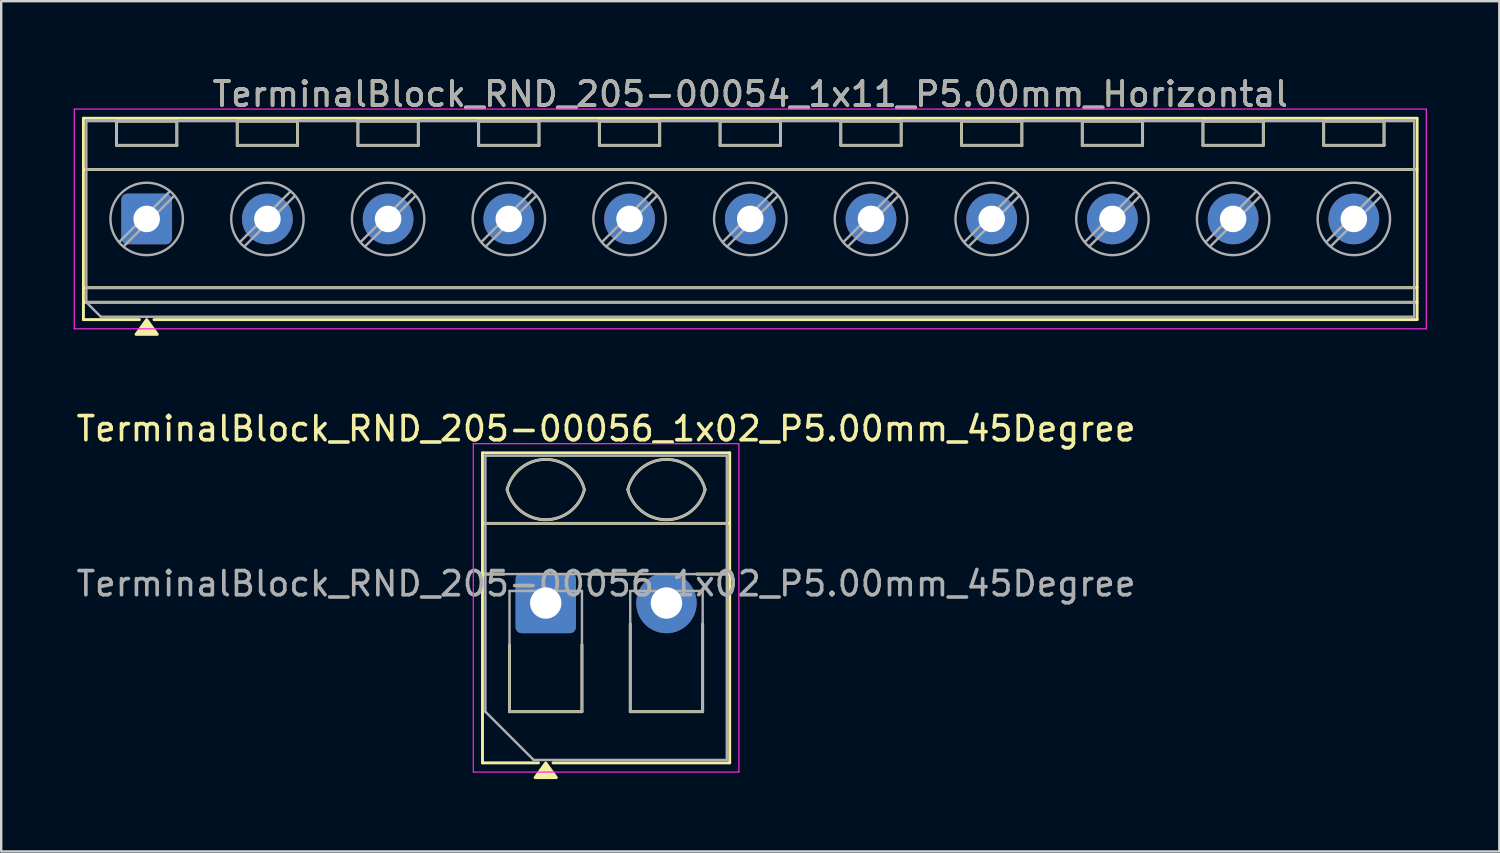
<source format=kicad_pcb>
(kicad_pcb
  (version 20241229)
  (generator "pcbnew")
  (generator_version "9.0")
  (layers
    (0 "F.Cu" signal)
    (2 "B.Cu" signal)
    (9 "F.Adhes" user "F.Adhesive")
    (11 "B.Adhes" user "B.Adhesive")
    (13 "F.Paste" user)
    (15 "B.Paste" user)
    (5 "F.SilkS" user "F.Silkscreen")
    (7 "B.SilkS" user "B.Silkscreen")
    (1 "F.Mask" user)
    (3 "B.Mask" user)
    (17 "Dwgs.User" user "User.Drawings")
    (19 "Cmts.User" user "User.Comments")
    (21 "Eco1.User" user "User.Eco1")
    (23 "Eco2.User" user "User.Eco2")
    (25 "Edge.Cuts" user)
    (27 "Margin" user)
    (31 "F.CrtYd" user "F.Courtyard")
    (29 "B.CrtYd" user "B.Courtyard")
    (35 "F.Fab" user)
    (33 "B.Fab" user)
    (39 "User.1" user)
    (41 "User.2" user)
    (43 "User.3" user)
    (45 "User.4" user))
  (footprint "TerminalBlock_RND_205-00056_1x02_P5.00mm_45Degree"
    (layer "F.Cu")
    (at 19.554 21.927)
    (property "Reference" "TerminalBlock_RND_205-00056_1x02_P5.00mm_45Degree" (at 2.5 -7.22 0) (layer "F.SilkS") (effects (font (size 1 1) (thickness 0.15))))
    (attr through_hole)
    (fp_line (start -2.62 -6.22) (end -2.62 6.62) (stroke (width 0.12) (type solid)) (layer "F.SilkS"))
    (fp_line (start -2.62 -6.22) (end 7.62 -6.22) (stroke (width 0.12) (type solid)) (layer "F.SilkS"))
    (fp_line (start -2.62 -3.3) (end 7.62 -3.3) (stroke (width 0.12) (type solid)) (layer "F.SilkS"))
    (fp_line (start -2.62 -1.2) (end -1.73 -1.2) (stroke (width 0.12) (type solid)) (layer "F.SilkS"))
    (fp_line (start -2.62 6.62) (end -0.3 6.62) (stroke (width 0.12) (type solid)) (layer "F.SilkS"))
    (fp_line (start -1.5 1.73) (end -1.5 4.5) (stroke (width 0.12) (type solid)) (layer "F.SilkS"))
    (fp_line (start -1.5 4.5) (end 1.5 4.5) (stroke (width 0.12) (type solid)) (layer "F.SilkS"))
    (fp_line (start 0.3 6.62) (end 7.62 6.62) (stroke (width 0.12) (type solid)) (layer "F.SilkS"))
    (fp_line (start 1.5 1.73) (end 1.5 4.5) (stroke (width 0.12) (type solid)) (layer "F.SilkS"))
    (fp_line (start 1.73 -1.2) (end 3.754 -1.2) (stroke (width 0.12) (type solid)) (layer "F.SilkS"))
    (fp_line (start 3.5 0.862) (end 3.5 4.5) (stroke (width 0.12) (type solid)) (layer "F.SilkS"))
    (fp_line (start 3.5 4.5) (end 6.5 4.5) (stroke (width 0.12) (type solid)) (layer "F.SilkS"))
    (fp_line (start 6.246 -1.2) (end 7.62 -1.2) (stroke (width 0.12) (type solid)) (layer "F.SilkS"))
    (fp_line (start 6.5 0.862) (end 6.5 4.5) (stroke (width 0.12) (type solid)) (layer "F.SilkS"))
    (fp_line (start 7.62 -6.22) (end 7.62 6.62) (stroke (width 0.12) (type solid)) (layer "F.SilkS"))
    (fp_arc (start -1.6 -4.7) (mid 0 -5.95) (end 1.6 -4.7) (stroke (width 0.12) (type solid)) (layer "F.SilkS"))
    (fp_arc (start 1.6 -4.7) (mid 0 -3.45) (end -1.6 -4.7) (stroke (width 0.12) (type solid)) (layer "F.SilkS"))
    (fp_arc (start 3.4 -4.7) (mid 5 -5.95) (end 6.6 -4.7) (stroke (width 0.12) (type solid)) (layer "F.SilkS"))
    (fp_arc (start 6.6 -4.7) (mid 5 -3.45) (end 3.4 -4.7) (stroke (width 0.12) (type solid)) (layer "F.SilkS"))
    (fp_poly (pts (xy 0 6.62) (xy 0.44 7.23) (xy -0.44 7.23)) (stroke (width 0.12) (type solid)) (fill yes) (layer "F.SilkS"))
    (fp_line (start -3 -6.6) (end -3 7) (stroke (width 0.05) (type solid)) (layer "F.CrtYd"))
    (fp_line (start -3 7) (end 8 7) (stroke (width 0.05) (type solid)) (layer "F.CrtYd"))
    (fp_line (start 8 -6.6) (end -3 -6.6) (stroke (width 0.05) (type solid)) (layer "F.CrtYd"))
    (fp_line (start 8 7) (end 8 -6.6) (stroke (width 0.05) (type solid)) (layer "F.CrtYd"))
    (fp_line (start -2.5 -6.1) (end 7.5 -6.1) (stroke (width 0.1) (type solid)) (layer "F.Fab"))
    (fp_line (start -2.5 -3.3) (end 7.5 -3.3) (stroke (width 0.1) (type solid)) (layer "F.Fab"))
    (fp_line (start -2.5 -1.2) (end 7.5 -1.2) (stroke (width 0.1) (type solid)) (layer "F.Fab"))
    (fp_line (start -2.5 4.5) (end -2.5 -6.1) (stroke (width 0.1) (type solid)) (layer "F.Fab"))
    (fp_line (start -1.5 -0.5) (end -1.5 4.5) (stroke (width 0.1) (type solid)) (layer "F.Fab"))
    (fp_line (start -1.5 4.5) (end 1.5 4.5) (stroke (width 0.1) (type solid)) (layer "F.Fab"))
    (fp_line (start -0.5 6.5) (end -2.5 4.5) (stroke (width 0.1) (type solid)) (layer "F.Fab"))
    (fp_line (start 1.5 -0.5) (end -1.5 -0.5) (stroke (width 0.1) (type solid)) (layer "F.Fab"))
    (fp_line (start 1.5 4.5) (end 1.5 -0.5) (stroke (width 0.1) (type solid)) (layer "F.Fab"))
    (fp_line (start 3.5 -0.5) (end 3.5 4.5) (stroke (width 0.1) (type solid)) (layer "F.Fab"))
    (fp_line (start 3.5 4.5) (end 6.5 4.5) (stroke (width 0.1) (type solid)) (layer "F.Fab"))
    (fp_line (start 6.5 -0.5) (end 3.5 -0.5) (stroke (width 0.1) (type solid)) (layer "F.Fab"))
    (fp_line (start 6.5 4.5) (end 6.5 -0.5) (stroke (width 0.1) (type solid)) (layer "F.Fab"))
    (fp_line (start 7.5 -6.1) (end 7.5 6.5) (stroke (width 0.1) (type solid)) (layer "F.Fab"))
    (fp_line (start 7.5 6.5) (end -0.5 6.5) (stroke (width 0.1) (type solid)) (layer "F.Fab"))
    (fp_arc (start -1.6 -4.7) (mid 0 -5.95) (end 1.6 -4.7) (stroke (width 0.1) (type solid)) (layer "F.Fab"))
    (fp_arc (start 1.6 -4.7) (mid 0 -3.45) (end -1.6 -4.7) (stroke (width 0.1) (type solid)) (layer "F.Fab"))
    (fp_arc (start 3.4 -4.7) (mid 5 -5.95) (end 6.6 -4.7) (stroke (width 0.1) (type solid)) (layer "F.Fab"))
    (fp_arc (start 6.6 -4.7) (mid 5 -3.45) (end 3.4 -4.7) (stroke (width 0.1) (type solid)) (layer "F.Fab"))
    (fp_text user "${REFERENCE}" (at 2.5 -0.8 0) (layer "F.Fab") (effects (font (size 1 1) (thickness 0.15))))
    (pad "1" thru_hole roundrect (at 0 0) (size 2.5 2.5) (drill 1.3) (layers "*.Cu" "*.Mask") (roundrect_rratio 0.1))
    (pad "2" thru_hole circle (at 5 0) (size 2.5 2.5) (drill 1.3) (layers "*.Cu" "*.Mask")))
  (footprint "TerminalBlock_RND_205-00054_1x11_P5.00mm_Horizontal"
    (layer "F.Cu")
    (at 3.025 6.018)
    (property "Reference" "TerminalBlock_RND_205-00054_1x11_P5.00mm_Horizontal" (at 25 -5.17 0) (layer "F.SilkS") (effects (font (size 1 1) (thickness 0.15))))
    (attr through_hole)
    (fp_line (start -2.62 -4.17) (end -2.62 4.17) (stroke (width 0.12) (type solid)) (layer "F.SilkS"))
    (fp_line (start -2.62 -4.17) (end 52.62 -4.17) (stroke (width 0.12) (type solid)) (layer "F.SilkS"))
    (fp_line (start -2.62 -2.05) (end 52.62 -2.05) (stroke (width 0.12) (type solid)) (layer "F.SilkS"))
    (fp_line (start -2.62 2.85) (end 52.62 2.85) (stroke (width 0.12) (type solid)) (layer "F.SilkS"))
    (fp_line (start -2.62 3.45) (end 52.62 3.45) (stroke (width 0.12) (type solid)) (layer "F.SilkS"))
    (fp_line (start -2.62 4.17) (end -0.3 4.17) (stroke (width 0.12) (type solid)) (layer "F.SilkS"))
    (fp_line (start -1.25 -4.05) (end -1.25 -3.05) (stroke (width 0.12) (type solid)) (layer "F.SilkS"))
    (fp_line (start -1.25 -4.05) (end 1.25 -4.05) (stroke (width 0.12) (type solid)) (layer "F.SilkS"))
    (fp_line (start -1.25 -3.05) (end 1.25 -3.05) (stroke (width 0.12) (type solid)) (layer "F.SilkS"))
    (fp_line (start 0.3 4.17) (end 52.62 4.17) (stroke (width 0.12) (type solid)) (layer "F.SilkS"))
    (fp_line (start 1.25 -4.05) (end 1.25 -3.05) (stroke (width 0.12) (type solid)) (layer "F.SilkS"))
    (fp_line (start 3.75 -4.05) (end 3.75 -3.05) (stroke (width 0.12) (type solid)) (layer "F.SilkS"))
    (fp_line (start 3.75 -4.05) (end 6.25 -4.05) (stroke (width 0.12) (type solid)) (layer "F.SilkS"))
    (fp_line (start 3.75 -3.05) (end 6.25 -3.05) (stroke (width 0.12) (type solid)) (layer "F.SilkS"))
    (fp_line (start 6.25 -4.05) (end 6.25 -3.05) (stroke (width 0.12) (type solid)) (layer "F.SilkS"))
    (fp_line (start 8.75 -4.05) (end 8.75 -3.05) (stroke (width 0.12) (type solid)) (layer "F.SilkS"))
    (fp_line (start 8.75 -4.05) (end 11.25 -4.05) (stroke (width 0.12) (type solid)) (layer "F.SilkS"))
    (fp_line (start 8.75 -3.05) (end 11.25 -3.05) (stroke (width 0.12) (type solid)) (layer "F.SilkS"))
    (fp_line (start 11.25 -4.05) (end 11.25 -3.05) (stroke (width 0.12) (type solid)) (layer "F.SilkS"))
    (fp_line (start 13.75 -4.05) (end 13.75 -3.05) (stroke (width 0.12) (type solid)) (layer "F.SilkS"))
    (fp_line (start 13.75 -4.05) (end 16.25 -4.05) (stroke (width 0.12) (type solid)) (layer "F.SilkS"))
    (fp_line (start 13.75 -3.05) (end 16.25 -3.05) (stroke (width 0.12) (type solid)) (layer "F.SilkS"))
    (fp_line (start 16.25 -4.05) (end 16.25 -3.05) (stroke (width 0.12) (type solid)) (layer "F.SilkS"))
    (fp_line (start 18.75 -4.05) (end 18.75 -3.05) (stroke (width 0.12) (type solid)) (layer "F.SilkS"))
    (fp_line (start 18.75 -4.05) (end 21.25 -4.05) (stroke (width 0.12) (type solid)) (layer "F.SilkS"))
    (fp_line (start 18.75 -3.05) (end 21.25 -3.05) (stroke (width 0.12) (type solid)) (layer "F.SilkS"))
    (fp_line (start 21.25 -4.05) (end 21.25 -3.05) (stroke (width 0.12) (type solid)) (layer "F.SilkS"))
    (fp_line (start 23.75 -4.05) (end 23.75 -3.05) (stroke (width 0.12) (type solid)) (layer "F.SilkS"))
    (fp_line (start 23.75 -4.05) (end 26.25 -4.05) (stroke (width 0.12) (type solid)) (layer "F.SilkS"))
    (fp_line (start 23.75 -3.05) (end 26.25 -3.05) (stroke (width 0.12) (type solid)) (layer "F.SilkS"))
    (fp_line (start 26.25 -4.05) (end 26.25 -3.05) (stroke (width 0.12) (type solid)) (layer "F.SilkS"))
    (fp_line (start 28.75 -4.05) (end 28.75 -3.05) (stroke (width 0.12) (type solid)) (layer "F.SilkS"))
    (fp_line (start 28.75 -4.05) (end 31.25 -4.05) (stroke (width 0.12) (type solid)) (layer "F.SilkS"))
    (fp_line (start 28.75 -3.05) (end 31.25 -3.05) (stroke (width 0.12) (type solid)) (layer "F.SilkS"))
    (fp_line (start 31.25 -4.05) (end 31.25 -3.05) (stroke (width 0.12) (type solid)) (layer "F.SilkS"))
    (fp_line (start 33.75 -4.05) (end 33.75 -3.05) (stroke (width 0.12) (type solid)) (layer "F.SilkS"))
    (fp_line (start 33.75 -4.05) (end 36.25 -4.05) (stroke (width 0.12) (type solid)) (layer "F.SilkS"))
    (fp_line (start 33.75 -3.05) (end 36.25 -3.05) (stroke (width 0.12) (type solid)) (layer "F.SilkS"))
    (fp_line (start 36.25 -4.05) (end 36.25 -3.05) (stroke (width 0.12) (type solid)) (layer "F.SilkS"))
    (fp_line (start 38.75 -4.05) (end 38.75 -3.05) (stroke (width 0.12) (type solid)) (layer "F.SilkS"))
    (fp_line (start 38.75 -4.05) (end 41.25 -4.05) (stroke (width 0.12) (type solid)) (layer "F.SilkS"))
    (fp_line (start 38.75 -3.05) (end 41.25 -3.05) (stroke (width 0.12) (type solid)) (layer "F.SilkS"))
    (fp_line (start 41.25 -4.05) (end 41.25 -3.05) (stroke (width 0.12) (type solid)) (layer "F.SilkS"))
    (fp_line (start 43.75 -4.05) (end 43.75 -3.05) (stroke (width 0.12) (type solid)) (layer "F.SilkS"))
    (fp_line (start 43.75 -4.05) (end 46.25 -4.05) (stroke (width 0.12) (type solid)) (layer "F.SilkS"))
    (fp_line (start 43.75 -3.05) (end 46.25 -3.05) (stroke (width 0.12) (type solid)) (layer "F.SilkS"))
    (fp_line (start 46.25 -4.05) (end 46.25 -3.05) (stroke (width 0.12) (type solid)) (layer "F.SilkS"))
    (fp_line (start 48.75 -4.05) (end 48.75 -3.05) (stroke (width 0.12) (type solid)) (layer "F.SilkS"))
    (fp_line (start 48.75 -4.05) (end 51.25 -4.05) (stroke (width 0.12) (type solid)) (layer "F.SilkS"))
    (fp_line (start 48.75 -3.05) (end 51.25 -3.05) (stroke (width 0.12) (type solid)) (layer "F.SilkS"))
    (fp_line (start 51.25 -4.05) (end 51.25 -3.05) (stroke (width 0.12) (type solid)) (layer "F.SilkS"))
    (fp_line (start 52.62 -4.17) (end 52.62 4.17) (stroke (width 0.12) (type solid)) (layer "F.SilkS"))
    (fp_poly (pts (xy 0 4.17) (xy 0.44 4.78) (xy -0.44 4.78)) (stroke (width 0.12) (type solid)) (fill yes) (layer "F.SilkS"))
    (fp_line (start -3 -4.55) (end -3 4.55) (stroke (width 0.05) (type solid)) (layer "F.CrtYd"))
    (fp_line (start -3 4.55) (end 53 4.55) (stroke (width 0.05) (type solid)) (layer "F.CrtYd"))
    (fp_line (start 53 -4.55) (end -3 -4.55) (stroke (width 0.05) (type solid)) (layer "F.CrtYd"))
    (fp_line (start 53 4.55) (end 53 -4.55) (stroke (width 0.05) (type solid)) (layer "F.CrtYd"))
    (fp_line (start -2.5 -4.05) (end 52.5 -4.05) (stroke (width 0.1) (type solid)) (layer "F.Fab"))
    (fp_line (start -2.5 -2.05) (end 52.5 -2.05) (stroke (width 0.1) (type solid)) (layer "F.Fab"))
    (fp_line (start -2.5 2.85) (end 52.5 2.85) (stroke (width 0.1) (type solid)) (layer "F.Fab"))
    (fp_line (start -2.5 3.45) (end -2.5 -4.05) (stroke (width 0.1) (type solid)) (layer "F.Fab"))
    (fp_line (start -2.5 3.45) (end 52.5 3.45) (stroke (width 0.1) (type solid)) (layer "F.Fab"))
    (fp_line (start -1.9 4.05) (end -2.5 3.45) (stroke (width 0.1) (type solid)) (layer "F.Fab"))
    (fp_line (start -1.25 -4.05) (end -1.25 -3.05) (stroke (width 0.1) (type solid)) (layer "F.Fab"))
    (fp_line (start -1.25 -3.05) (end 1.25 -3.05) (stroke (width 0.1) (type solid)) (layer "F.Fab"))
    (fp_line (start 0.955 -1.138) (end -1.138 0.955) (stroke (width 0.1) (type solid)) (layer "F.Fab"))
    (fp_line (start 1.138 -0.955) (end -0.955 1.138) (stroke (width 0.1) (type solid)) (layer "F.Fab"))
    (fp_line (start 1.25 -4.05) (end -1.25 -4.05) (stroke (width 0.1) (type solid)) (layer "F.Fab"))
    (fp_line (start 1.25 -3.05) (end 1.25 -4.05) (stroke (width 0.1) (type solid)) (layer "F.Fab"))
    (fp_line (start 3.75 -4.05) (end 3.75 -3.05) (stroke (width 0.1) (type solid)) (layer "F.Fab"))
    (fp_line (start 3.75 -3.05) (end 6.25 -3.05) (stroke (width 0.1) (type solid)) (layer "F.Fab"))
    (fp_line (start 5.955 -1.138) (end 3.862 0.955) (stroke (width 0.1) (type solid)) (layer "F.Fab"))
    (fp_line (start 6.138 -0.955) (end 4.045 1.138) (stroke (width 0.1) (type solid)) (layer "F.Fab"))
    (fp_line (start 6.25 -4.05) (end 3.75 -4.05) (stroke (width 0.1) (type solid)) (layer "F.Fab"))
    (fp_line (start 6.25 -3.05) (end 6.25 -4.05) (stroke (width 0.1) (type solid)) (layer "F.Fab"))
    (fp_line (start 8.75 -4.05) (end 8.75 -3.05) (stroke (width 0.1) (type solid)) (layer "F.Fab"))
    (fp_line (start 8.75 -3.05) (end 11.25 -3.05) (stroke (width 0.1) (type solid)) (layer "F.Fab"))
    (fp_line (start 10.955 -1.138) (end 8.862 0.955) (stroke (width 0.1) (type solid)) (layer "F.Fab"))
    (fp_line (start 11.138 -0.955) (end 9.045 1.138) (stroke (width 0.1) (type solid)) (layer "F.Fab"))
    (fp_line (start 11.25 -4.05) (end 8.75 -4.05) (stroke (width 0.1) (type solid)) (layer "F.Fab"))
    (fp_line (start 11.25 -3.05) (end 11.25 -4.05) (stroke (width 0.1) (type solid)) (layer "F.Fab"))
    (fp_line (start 13.75 -4.05) (end 13.75 -3.05) (stroke (width 0.1) (type solid)) (layer "F.Fab"))
    (fp_line (start 13.75 -3.05) (end 16.25 -3.05) (stroke (width 0.1) (type solid)) (layer "F.Fab"))
    (fp_line (start 15.955 -1.138) (end 13.862 0.955) (stroke (width 0.1) (type solid)) (layer "F.Fab"))
    (fp_line (start 16.138 -0.955) (end 14.045 1.138) (stroke (width 0.1) (type solid)) (layer "F.Fab"))
    (fp_line (start 16.25 -4.05) (end 13.75 -4.05) (stroke (width 0.1) (type solid)) (layer "F.Fab"))
    (fp_line (start 16.25 -3.05) (end 16.25 -4.05) (stroke (width 0.1) (type solid)) (layer "F.Fab"))
    (fp_line (start 18.75 -4.05) (end 18.75 -3.05) (stroke (width 0.1) (type solid)) (layer "F.Fab"))
    (fp_line (start 18.75 -3.05) (end 21.25 -3.05) (stroke (width 0.1) (type solid)) (layer "F.Fab"))
    (fp_line (start 20.955 -1.138) (end 18.862 0.955) (stroke (width 0.1) (type solid)) (layer "F.Fab"))
    (fp_line (start 21.138 -0.955) (end 19.045 1.138) (stroke (width 0.1) (type solid)) (layer "F.Fab"))
    (fp_line (start 21.25 -4.05) (end 18.75 -4.05) (stroke (width 0.1) (type solid)) (layer "F.Fab"))
    (fp_line (start 21.25 -3.05) (end 21.25 -4.05) (stroke (width 0.1) (type solid)) (layer "F.Fab"))
    (fp_line (start 23.75 -4.05) (end 23.75 -3.05) (stroke (width 0.1) (type solid)) (layer "F.Fab"))
    (fp_line (start 23.75 -3.05) (end 26.25 -3.05) (stroke (width 0.1) (type solid)) (layer "F.Fab"))
    (fp_line (start 25.955 -1.138) (end 23.862 0.955) (stroke (width 0.1) (type solid)) (layer "F.Fab"))
    (fp_line (start 26.138 -0.955) (end 24.045 1.138) (stroke (width 0.1) (type solid)) (layer "F.Fab"))
    (fp_line (start 26.25 -4.05) (end 23.75 -4.05) (stroke (width 0.1) (type solid)) (layer "F.Fab"))
    (fp_line (start 26.25 -3.05) (end 26.25 -4.05) (stroke (width 0.1) (type solid)) (layer "F.Fab"))
    (fp_line (start 28.75 -4.05) (end 28.75 -3.05) (stroke (width 0.1) (type solid)) (layer "F.Fab"))
    (fp_line (start 28.75 -3.05) (end 31.25 -3.05) (stroke (width 0.1) (type solid)) (layer "F.Fab"))
    (fp_line (start 30.955 -1.138) (end 28.862 0.955) (stroke (width 0.1) (type solid)) (layer "F.Fab"))
    (fp_line (start 31.138 -0.955) (end 29.045 1.138) (stroke (width 0.1) (type solid)) (layer "F.Fab"))
    (fp_line (start 31.25 -4.05) (end 28.75 -4.05) (stroke (width 0.1) (type solid)) (layer "F.Fab"))
    (fp_line (start 31.25 -3.05) (end 31.25 -4.05) (stroke (width 0.1) (type solid)) (layer "F.Fab"))
    (fp_line (start 33.75 -4.05) (end 33.75 -3.05) (stroke (width 0.1) (type solid)) (layer "F.Fab"))
    (fp_line (start 33.75 -3.05) (end 36.25 -3.05) (stroke (width 0.1) (type solid)) (layer "F.Fab"))
    (fp_line (start 35.955 -1.138) (end 33.862 0.955) (stroke (width 0.1) (type solid)) (layer "F.Fab"))
    (fp_line (start 36.138 -0.955) (end 34.045 1.138) (stroke (width 0.1) (type solid)) (layer "F.Fab"))
    (fp_line (start 36.25 -4.05) (end 33.75 -4.05) (stroke (width 0.1) (type solid)) (layer "F.Fab"))
    (fp_line (start 36.25 -3.05) (end 36.25 -4.05) (stroke (width 0.1) (type solid)) (layer "F.Fab"))
    (fp_line (start 38.75 -4.05) (end 38.75 -3.05) (stroke (width 0.1) (type solid)) (layer "F.Fab"))
    (fp_line (start 38.75 -3.05) (end 41.25 -3.05) (stroke (width 0.1) (type solid)) (layer "F.Fab"))
    (fp_line (start 40.955 -1.138) (end 38.862 0.955) (stroke (width 0.1) (type solid)) (layer "F.Fab"))
    (fp_line (start 41.138 -0.955) (end 39.045 1.138) (stroke (width 0.1) (type solid)) (layer "F.Fab"))
    (fp_line (start 41.25 -4.05) (end 38.75 -4.05) (stroke (width 0.1) (type solid)) (layer "F.Fab"))
    (fp_line (start 41.25 -3.05) (end 41.25 -4.05) (stroke (width 0.1) (type solid)) (layer "F.Fab"))
    (fp_line (start 43.75 -4.05) (end 43.75 -3.05) (stroke (width 0.1) (type solid)) (layer "F.Fab"))
    (fp_line (start 43.75 -3.05) (end 46.25 -3.05) (stroke (width 0.1) (type solid)) (layer "F.Fab"))
    (fp_line (start 45.955 -1.138) (end 43.862 0.955) (stroke (width 0.1) (type solid)) (layer "F.Fab"))
    (fp_line (start 46.138 -0.955) (end 44.045 1.138) (stroke (width 0.1) (type solid)) (layer "F.Fab"))
    (fp_line (start 46.25 -4.05) (end 43.75 -4.05) (stroke (width 0.1) (type solid)) (layer "F.Fab"))
    (fp_line (start 46.25 -3.05) (end 46.25 -4.05) (stroke (width 0.1) (type solid)) (layer "F.Fab"))
    (fp_line (start 48.75 -4.05) (end 48.75 -3.05) (stroke (width 0.1) (type solid)) (layer "F.Fab"))
    (fp_line (start 48.75 -3.05) (end 51.25 -3.05) (stroke (width 0.1) (type solid)) (layer "F.Fab"))
    (fp_line (start 50.955 -1.138) (end 48.862 0.955) (stroke (width 0.1) (type solid)) (layer "F.Fab"))
    (fp_line (start 51.138 -0.955) (end 49.045 1.138) (stroke (width 0.1) (type solid)) (layer "F.Fab"))
    (fp_line (start 51.25 -4.05) (end 48.75 -4.05) (stroke (width 0.1) (type solid)) (layer "F.Fab"))
    (fp_line (start 51.25 -3.05) (end 51.25 -4.05) (stroke (width 0.1) (type solid)) (layer "F.Fab"))
    (fp_line (start 52.5 -4.05) (end 52.5 4.05) (stroke (width 0.1) (type solid)) (layer "F.Fab"))
    (fp_line (start 52.5 4.05) (end -1.9 4.05) (stroke (width 0.1) (type solid)) (layer "F.Fab"))
    (fp_circle (center 0 0) (end 1.5 0) (stroke (width 0.1) (type solid)) (fill no) (layer "F.Fab"))
    (fp_circle (center 5 0) (end 6.5 0) (stroke (width 0.1) (type solid)) (fill no) (layer "F.Fab"))
    (fp_circle (center 10 0) (end 11.5 0) (stroke (width 0.1) (type solid)) (fill no) (layer "F.Fab"))
    (fp_circle (center 15 0) (end 16.5 0) (stroke (width 0.1) (type solid)) (fill no) (layer "F.Fab"))
    (fp_circle (center 20 0) (end 21.5 0) (stroke (width 0.1) (type solid)) (fill no) (layer "F.Fab"))
    (fp_circle (center 25 0) (end 26.5 0) (stroke (width 0.1) (type solid)) (fill no) (layer "F.Fab"))
    (fp_circle (center 30 0) (end 31.5 0) (stroke (width 0.1) (type solid)) (fill no) (layer "F.Fab"))
    (fp_circle (center 35 0) (end 36.5 0) (stroke (width 0.1) (type solid)) (fill no) (layer "F.Fab"))
    (fp_circle (center 40 0) (end 41.5 0) (stroke (width 0.1) (type solid)) (fill no) (layer "F.Fab"))
    (fp_circle (center 45 0) (end 46.5 0) (stroke (width 0.1) (type solid)) (fill no) (layer "F.Fab"))
    (fp_circle (center 50 0) (end 51.5 0) (stroke (width 0.1) (type solid)) (fill no) (layer "F.Fab"))
    (fp_text user "${REFERENCE}" (at 25 -5.17 0) (layer "F.Fab") (effects (font (size 1 1) (thickness 0.15))))
    (pad "1" thru_hole roundrect (at 0 0) (size 2.1 2.1) (drill 1.1) (layers "*.Cu" "*.Mask") (roundrect_rratio 0.119))
    (pad "2" thru_hole circle (at 5 0) (size 2.1 2.1) (drill 1.1) (layers "*.Cu" "*.Mask"))
    (pad "3" thru_hole circle (at 10 0) (size 2.1 2.1) (drill 1.1) (layers "*.Cu" "*.Mask"))
    (pad "4" thru_hole circle (at 15 0) (size 2.1 2.1) (drill 1.1) (layers "*.Cu" "*.Mask"))
    (pad "5" thru_hole circle (at 20 0) (size 2.1 2.1) (drill 1.1) (layers "*.Cu" "*.Mask"))
    (pad "6" thru_hole circle (at 25 0) (size 2.1 2.1) (drill 1.1) (layers "*.Cu" "*.Mask"))
    (pad "7" thru_hole circle (at 30 0) (size 2.1 2.1) (drill 1.1) (layers "*.Cu" "*.Mask"))
    (pad "8" thru_hole circle (at 35 0) (size 2.1 2.1) (drill 1.1) (layers "*.Cu" "*.Mask"))
    (pad "9" thru_hole circle (at 40 0) (size 2.1 2.1) (drill 1.1) (layers "*.Cu" "*.Mask"))
    (pad "10" thru_hole circle (at 45 0) (size 2.1 2.1) (drill 1.1) (layers "*.Cu" "*.Mask"))
    (pad "11" thru_hole circle (at 50 0) (size 2.1 2.1) (drill 1.1) (layers "*.Cu" "*.Mask")))
  (gr_rect
    (start -3 -3)
    (end 59.05 32.217)
    (stroke (width 0.1) (type default))
    (fill no)
    (layer "Edge.Cuts")))
</source>
